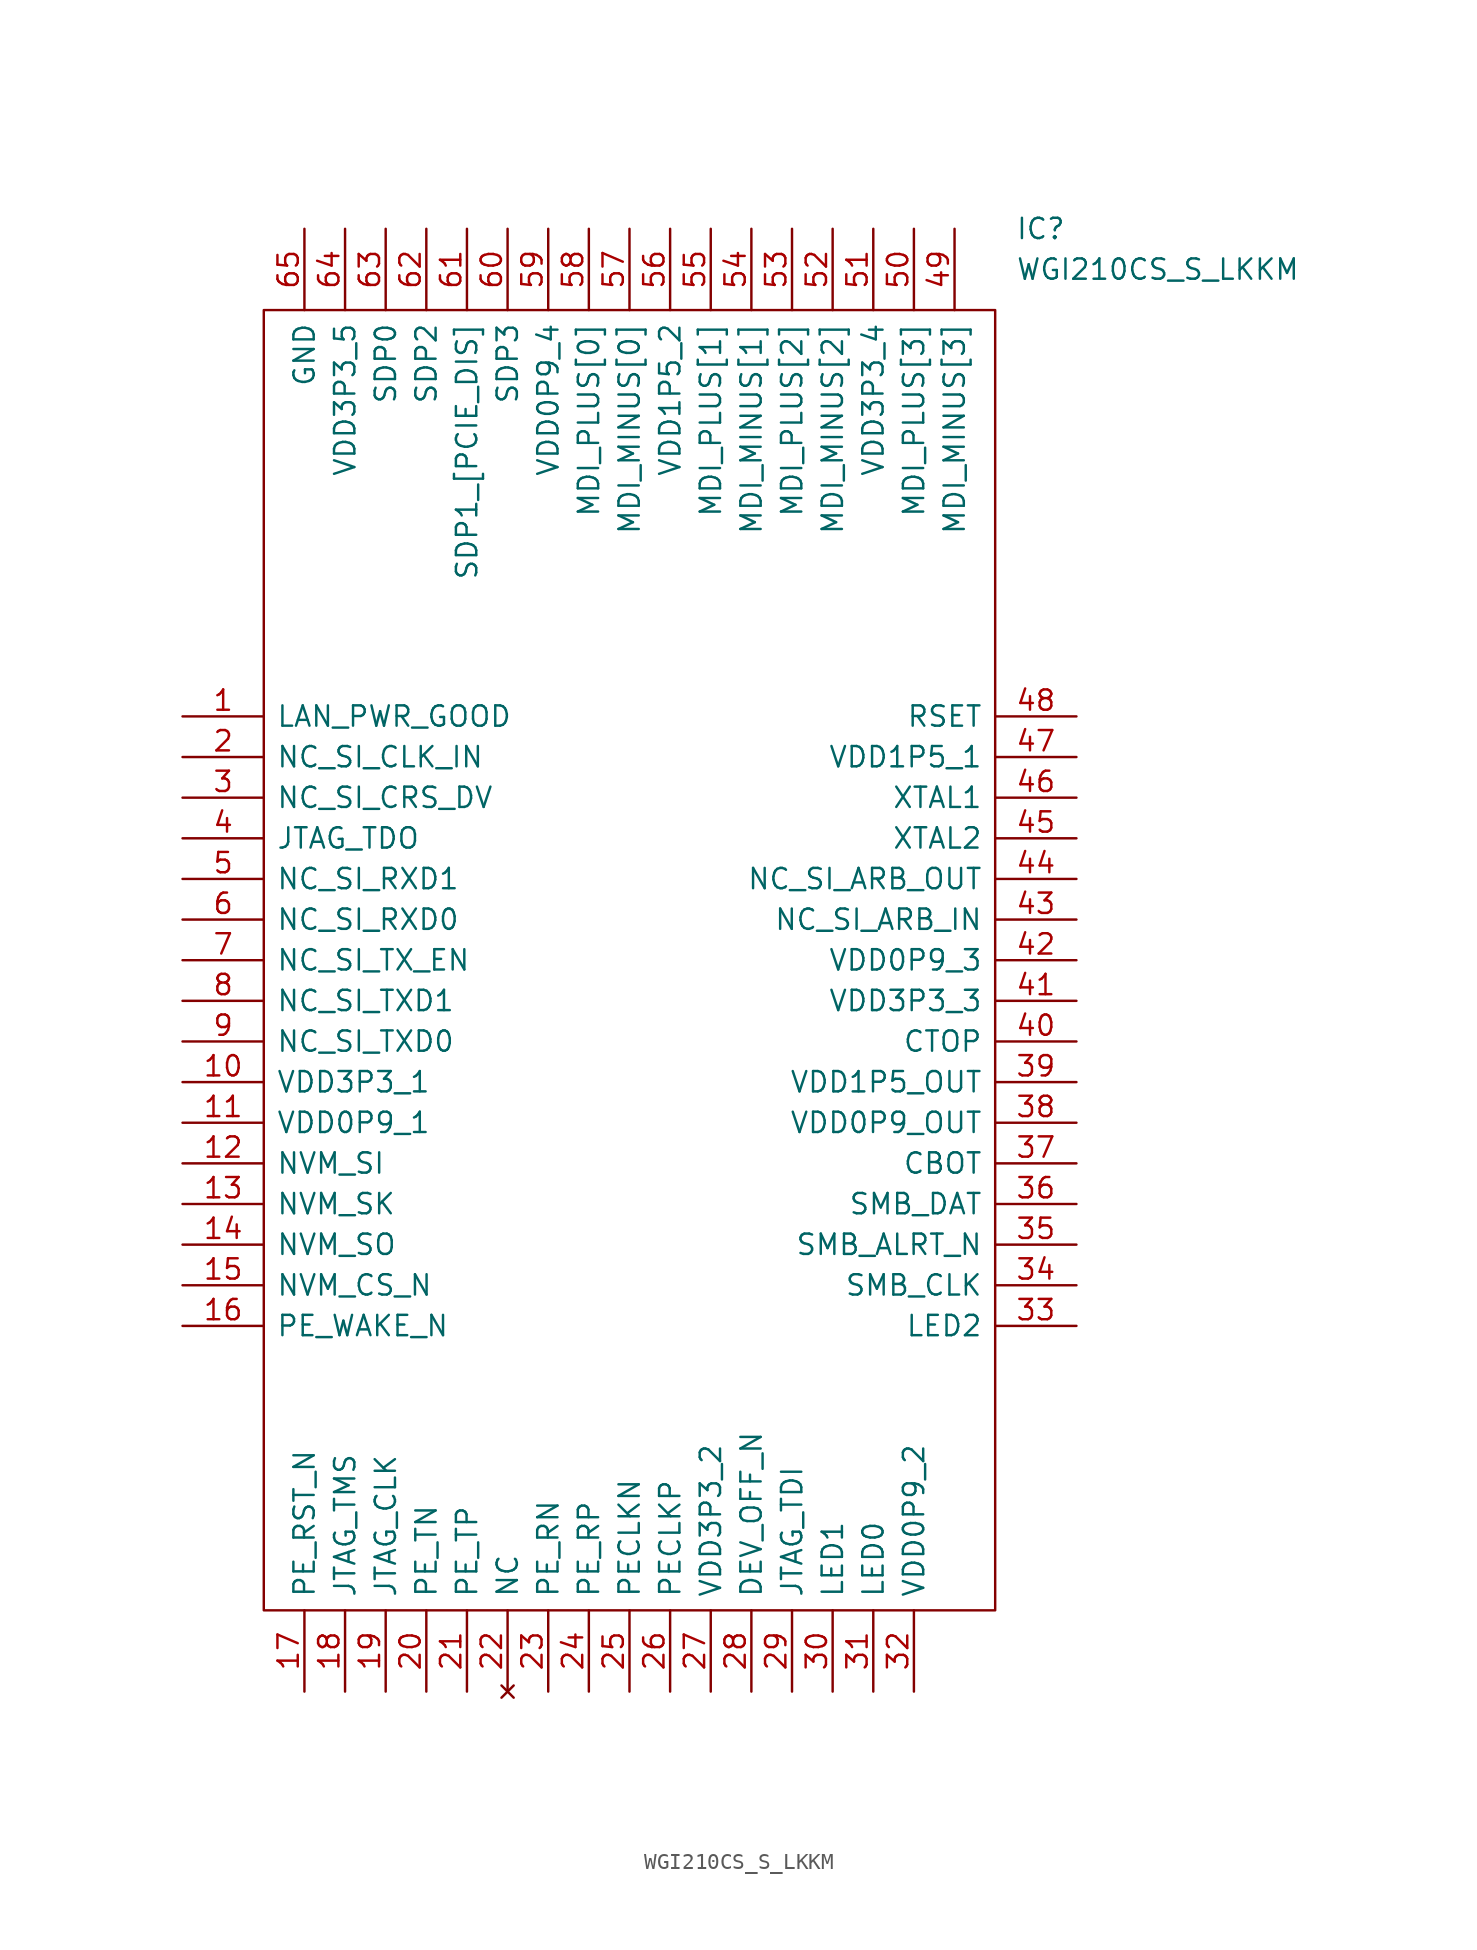
<source format=kicad_sym>
(kicad_symbol_lib
  (version 20201005)
  (generator kicad_symbol_editor)
  (symbol "AP3000:WGI210CS_S_LKKM"
    (pin_names
      (offset 0.762))
    (property "Reference" "IC"
      (at 52.07 30.48 0)
      (effects (font (size 1.27 1.27)) (justify left)))
    (property "Value" "WGI210CS_S_LKKM"
      (at 52.07 27.94 0)
      (effects (font (size 1.27 1.27)) (justify left)))
    (symbol "WGI210CS_S_LKKM_0_0"
      (pin passive line (at 0 0 0) (length 5.08) (name "LAN_PWR_GOOD" (effects (font (size 1.27 1.27)))) (number "1" (effects (font (size 1.27 1.27)))))
      (pin passive line (at 0 -22.86 0) (length 5.08) (name "VDD3P3_1" (effects (font (size 1.27 1.27)))) (number "10" (effects (font (size 1.27 1.27)))))
      (pin passive line (at 0 -25.4 0) (length 5.08) (name "VDD0P9_1" (effects (font (size 1.27 1.27)))) (number "11" (effects (font (size 1.27 1.27)))))
      (pin passive line (at 0 -27.94 0) (length 5.08) (name "NVM_SI" (effects (font (size 1.27 1.27)))) (number "12" (effects (font (size 1.27 1.27)))))
      (pin passive line (at 0 -30.48 0) (length 5.08) (name "NVM_SK" (effects (font (size 1.27 1.27)))) (number "13" (effects (font (size 1.27 1.27)))))
      (pin passive line (at 0 -33.02 0) (length 5.08) (name "NVM_SO" (effects (font (size 1.27 1.27)))) (number "14" (effects (font (size 1.27 1.27)))))
      (pin passive line (at 0 -35.56 0) (length 5.08) (name "NVM_CS_N" (effects (font (size 1.27 1.27)))) (number "15" (effects (font (size 1.27 1.27)))))
      (pin passive line (at 0 -38.1 0) (length 5.08) (name "PE_WAKE_N" (effects (font (size 1.27 1.27)))) (number "16" (effects (font (size 1.27 1.27)))))
      (pin passive line (at 7.62 -60.96 90) (length 5.08) (name "PE_RST_N" (effects (font (size 1.27 1.27)))) (number "17" (effects (font (size 1.27 1.27)))))
      (pin passive line (at 10.16 -60.96 90) (length 5.08) (name "JTAG_TMS" (effects (font (size 1.27 1.27)))) (number "18" (effects (font (size 1.27 1.27)))))
      (pin passive line (at 12.7 -60.96 90) (length 5.08) (name "JTAG_CLK" (effects (font (size 1.27 1.27)))) (number "19" (effects (font (size 1.27 1.27)))))
      (pin passive line (at 0 -2.54 0) (length 5.08) (name "NC_SI_CLK_IN" (effects (font (size 1.27 1.27)))) (number "2" (effects (font (size 1.27 1.27)))))
      (pin passive line (at 15.24 -60.96 90) (length 5.08) (name "PE_TN" (effects (font (size 1.27 1.27)))) (number "20" (effects (font (size 1.27 1.27)))))
      (pin passive line (at 17.78 -60.96 90) (length 5.08) (name "PE_TP" (effects (font (size 1.27 1.27)))) (number "21" (effects (font (size 1.27 1.27)))))
      (pin no_connect line (at 20.32 -60.96 90) (length 5.08) (name "NC" (effects (font (size 1.27 1.27)))) (number "22" (effects (font (size 1.27 1.27)))))
      (pin passive line (at 22.86 -60.96 90) (length 5.08) (name "PE_RN" (effects (font (size 1.27 1.27)))) (number "23" (effects (font (size 1.27 1.27)))))
      (pin passive line (at 25.4 -60.96 90) (length 5.08) (name "PE_RP" (effects (font (size 1.27 1.27)))) (number "24" (effects (font (size 1.27 1.27)))))
      (pin passive line (at 27.94 -60.96 90) (length 5.08) (name "PECLKN" (effects (font (size 1.27 1.27)))) (number "25" (effects (font (size 1.27 1.27)))))
      (pin passive line (at 30.48 -60.96 90) (length 5.08) (name "PECLKP" (effects (font (size 1.27 1.27)))) (number "26" (effects (font (size 1.27 1.27)))))
      (pin passive line (at 33.02 -60.96 90) (length 5.08) (name "VDD3P3_2" (effects (font (size 1.27 1.27)))) (number "27" (effects (font (size 1.27 1.27)))))
      (pin passive line (at 35.56 -60.96 90) (length 5.08) (name "DEV_OFF_N" (effects (font (size 1.27 1.27)))) (number "28" (effects (font (size 1.27 1.27)))))
      (pin passive line (at 38.1 -60.96 90) (length 5.08) (name "JTAG_TDI" (effects (font (size 1.27 1.27)))) (number "29" (effects (font (size 1.27 1.27)))))
      (pin passive line (at 0 -5.08 0) (length 5.08) (name "NC_SI_CRS_DV" (effects (font (size 1.27 1.27)))) (number "3" (effects (font (size 1.27 1.27)))))
      (pin passive line (at 40.64 -60.96 90) (length 5.08) (name "LED1" (effects (font (size 1.27 1.27)))) (number "30" (effects (font (size 1.27 1.27)))))
      (pin passive line (at 43.18 -60.96 90) (length 5.08) (name "LED0" (effects (font (size 1.27 1.27)))) (number "31" (effects (font (size 1.27 1.27)))))
      (pin passive line (at 45.72 -60.96 90) (length 5.08) (name "VDD0P9_2" (effects (font (size 1.27 1.27)))) (number "32" (effects (font (size 1.27 1.27)))))
      (pin passive line (at 55.88 -38.1 180) (length 5.08) (name "LED2" (effects (font (size 1.27 1.27)))) (number "33" (effects (font (size 1.27 1.27)))))
      (pin passive line (at 55.88 -35.56 180) (length 5.08) (name "SMB_CLK" (effects (font (size 1.27 1.27)))) (number "34" (effects (font (size 1.27 1.27)))))
      (pin passive line (at 55.88 -33.02 180) (length 5.08) (name "SMB_ALRT_N" (effects (font (size 1.27 1.27)))) (number "35" (effects (font (size 1.27 1.27)))))
      (pin passive line (at 55.88 -30.48 180) (length 5.08) (name "SMB_DAT" (effects (font (size 1.27 1.27)))) (number "36" (effects (font (size 1.27 1.27)))))
      (pin passive line (at 55.88 -27.94 180) (length 5.08) (name "CBOT" (effects (font (size 1.27 1.27)))) (number "37" (effects (font (size 1.27 1.27)))))
      (pin passive line (at 55.88 -25.4 180) (length 5.08) (name "VDD0P9_OUT" (effects (font (size 1.27 1.27)))) (number "38" (effects (font (size 1.27 1.27)))))
      (pin passive line (at 55.88 -22.86 180) (length 5.08) (name "VDD1P5_OUT" (effects (font (size 1.27 1.27)))) (number "39" (effects (font (size 1.27 1.27)))))
      (pin passive line (at 0 -7.62 0) (length 5.08) (name "JTAG_TDO" (effects (font (size 1.27 1.27)))) (number "4" (effects (font (size 1.27 1.27)))))
      (pin passive line (at 55.88 -20.32 180) (length 5.08) (name "CTOP" (effects (font (size 1.27 1.27)))) (number "40" (effects (font (size 1.27 1.27)))))
      (pin passive line (at 55.88 -17.78 180) (length 5.08) (name "VDD3P3_3" (effects (font (size 1.27 1.27)))) (number "41" (effects (font (size 1.27 1.27)))))
      (pin passive line (at 55.88 -15.24 180) (length 5.08) (name "VDD0P9_3" (effects (font (size 1.27 1.27)))) (number "42" (effects (font (size 1.27 1.27)))))
      (pin passive line (at 55.88 -12.7 180) (length 5.08) (name "NC_SI_ARB_IN" (effects (font (size 1.27 1.27)))) (number "43" (effects (font (size 1.27 1.27)))))
      (pin passive line (at 55.88 -10.16 180) (length 5.08) (name "NC_SI_ARB_OUT" (effects (font (size 1.27 1.27)))) (number "44" (effects (font (size 1.27 1.27)))))
      (pin passive line (at 55.88 -7.62 180) (length 5.08) (name "XTAL2" (effects (font (size 1.27 1.27)))) (number "45" (effects (font (size 1.27 1.27)))))
      (pin passive line (at 55.88 -5.08 180) (length 5.08) (name "XTAL1" (effects (font (size 1.27 1.27)))) (number "46" (effects (font (size 1.27 1.27)))))
      (pin passive line (at 55.88 -2.54 180) (length 5.08) (name "VDD1P5_1" (effects (font (size 1.27 1.27)))) (number "47" (effects (font (size 1.27 1.27)))))
      (pin passive line (at 55.88 0 180) (length 5.08) (name "RSET" (effects (font (size 1.27 1.27)))) (number "48" (effects (font (size 1.27 1.27)))))
      (pin passive line (at 48.26 30.48 270) (length 5.08) (name "MDI_MINUS[3]" (effects (font (size 1.27 1.27)))) (number "49" (effects (font (size 1.27 1.27)))))
      (pin passive line (at 0 -10.16 0) (length 5.08) (name "NC_SI_RXD1" (effects (font (size 1.27 1.27)))) (number "5" (effects (font (size 1.27 1.27)))))
      (pin passive line (at 45.72 30.48 270) (length 5.08) (name "MDI_PLUS[3]" (effects (font (size 1.27 1.27)))) (number "50" (effects (font (size 1.27 1.27)))))
      (pin passive line (at 43.18 30.48 270) (length 5.08) (name "VDD3P3_4" (effects (font (size 1.27 1.27)))) (number "51" (effects (font (size 1.27 1.27)))))
      (pin passive line (at 40.64 30.48 270) (length 5.08) (name "MDI_MINUS[2]" (effects (font (size 1.27 1.27)))) (number "52" (effects (font (size 1.27 1.27)))))
      (pin passive line (at 38.1 30.48 270) (length 5.08) (name "MDI_PLUS[2]" (effects (font (size 1.27 1.27)))) (number "53" (effects (font (size 1.27 1.27)))))
      (pin passive line (at 35.56 30.48 270) (length 5.08) (name "MDI_MINUS[1]" (effects (font (size 1.27 1.27)))) (number "54" (effects (font (size 1.27 1.27)))))
      (pin passive line (at 33.02 30.48 270) (length 5.08) (name "MDI_PLUS[1]" (effects (font (size 1.27 1.27)))) (number "55" (effects (font (size 1.27 1.27)))))
      (pin passive line (at 30.48 30.48 270) (length 5.08) (name "VDD1P5_2" (effects (font (size 1.27 1.27)))) (number "56" (effects (font (size 1.27 1.27)))))
      (pin passive line (at 27.94 30.48 270) (length 5.08) (name "MDI_MINUS[0]" (effects (font (size 1.27 1.27)))) (number "57" (effects (font (size 1.27 1.27)))))
      (pin passive line (at 25.4 30.48 270) (length 5.08) (name "MDI_PLUS[0]" (effects (font (size 1.27 1.27)))) (number "58" (effects (font (size 1.27 1.27)))))
      (pin passive line (at 22.86 30.48 270) (length 5.08) (name "VDD0P9_4" (effects (font (size 1.27 1.27)))) (number "59" (effects (font (size 1.27 1.27)))))
      (pin passive line (at 0 -12.7 0) (length 5.08) (name "NC_SI_RXD0" (effects (font (size 1.27 1.27)))) (number "6" (effects (font (size 1.27 1.27)))))
      (pin passive line (at 20.32 30.48 270) (length 5.08) (name "SDP3" (effects (font (size 1.27 1.27)))) (number "60" (effects (font (size 1.27 1.27)))))
      (pin passive line (at 17.78 30.48 270) (length 5.08) (name "SDP1_[PCIE_DIS]" (effects (font (size 1.27 1.27)))) (number "61" (effects (font (size 1.27 1.27)))))
      (pin passive line (at 15.24 30.48 270) (length 5.08) (name "SDP2" (effects (font (size 1.27 1.27)))) (number "62" (effects (font (size 1.27 1.27)))))
      (pin passive line (at 12.7 30.48 270) (length 5.08) (name "SDP0" (effects (font (size 1.27 1.27)))) (number "63" (effects (font (size 1.27 1.27)))))
      (pin passive line (at 10.16 30.48 270) (length 5.08) (name "VDD3P3_5" (effects (font (size 1.27 1.27)))) (number "64" (effects (font (size 1.27 1.27)))))
      (pin passive line (at 7.62 30.48 270) (length 5.08) (name "GND" (effects (font (size 1.27 1.27)))) (number "65" (effects (font (size 1.27 1.27)))))
      (pin passive line (at 0 -15.24 0) (length 5.08) (name "NC_SI_TX_EN" (effects (font (size 1.27 1.27)))) (number "7" (effects (font (size 1.27 1.27)))))
      (pin passive line (at 0 -17.78 0) (length 5.08) (name "NC_SI_TXD1" (effects (font (size 1.27 1.27)))) (number "8" (effects (font (size 1.27 1.27)))))
      (pin passive line (at 0 -20.32 0) (length 5.08) (name "NC_SI_TXD0" (effects (font (size 1.27 1.27)))) (number "9" (effects (font (size 1.27 1.27))))))
    (symbol "WGI210CS_S_LKKM_0_1"
      (polyline (pts (xy 5.08 25.4) (xy 50.8 25.4) (xy 50.8 -55.88) (xy 5.08 -55.88) (xy 5.08 25.4)) (stroke (width 0.152)) (fill (type none))))))
</source>
